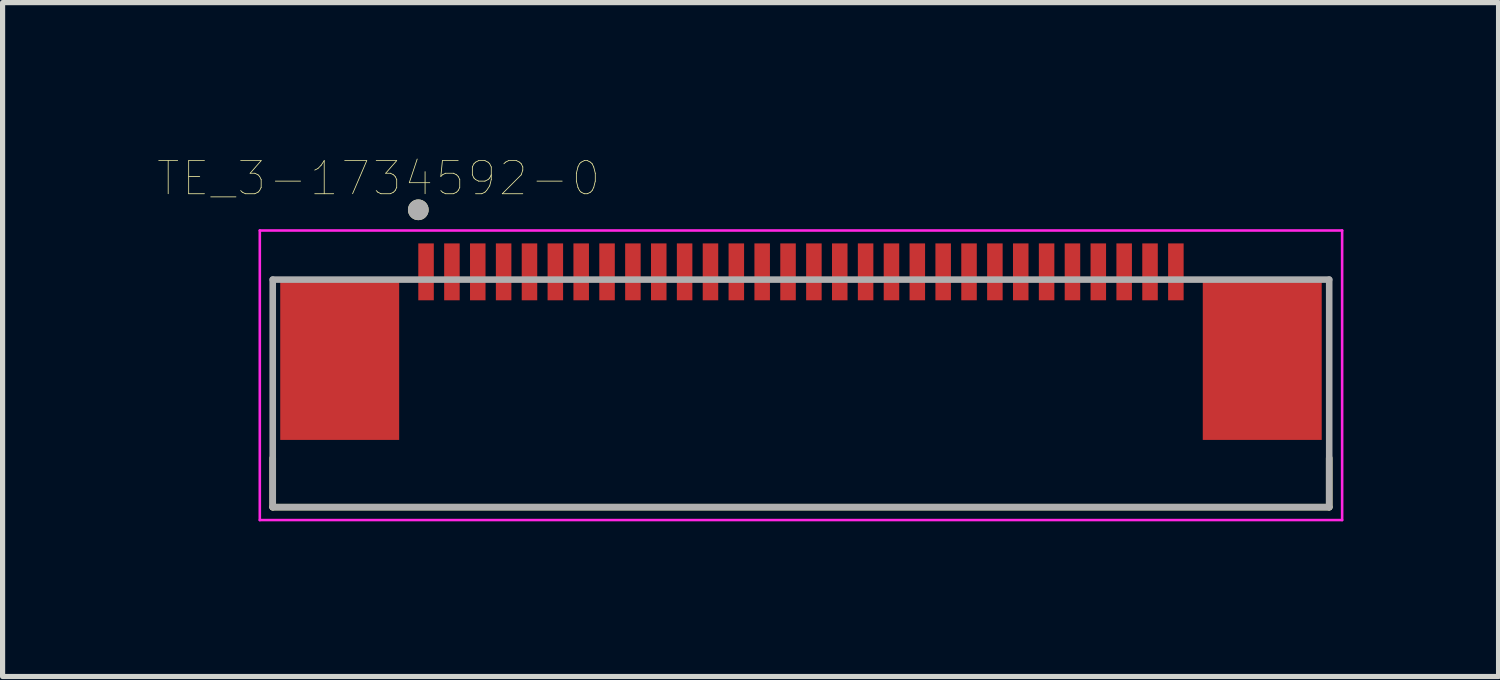
<source format=kicad_pcb>
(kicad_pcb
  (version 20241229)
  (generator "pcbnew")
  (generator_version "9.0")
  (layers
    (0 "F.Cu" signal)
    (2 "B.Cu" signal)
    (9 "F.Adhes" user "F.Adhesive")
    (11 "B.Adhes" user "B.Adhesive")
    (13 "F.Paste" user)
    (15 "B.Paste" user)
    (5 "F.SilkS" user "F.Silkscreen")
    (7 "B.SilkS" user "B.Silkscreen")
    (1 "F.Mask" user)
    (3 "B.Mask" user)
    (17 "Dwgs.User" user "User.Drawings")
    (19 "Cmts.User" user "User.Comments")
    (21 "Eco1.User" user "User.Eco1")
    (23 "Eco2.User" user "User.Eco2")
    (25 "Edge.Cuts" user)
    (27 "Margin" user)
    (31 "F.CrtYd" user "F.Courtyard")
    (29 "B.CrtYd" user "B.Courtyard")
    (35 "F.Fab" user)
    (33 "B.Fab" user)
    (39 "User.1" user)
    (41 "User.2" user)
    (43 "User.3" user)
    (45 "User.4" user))
  (footprint "TE_3-1734592-0"
    (layer "F.Cu")
    (at 12.439 2.207)
    (property "Reference" "TE_3-1734592-0" (at -8.168 -1.806 0) (layer "F.SilkS") (effects (font (size 0.64 0.64) (thickness 0.015))))
    (attr through_hole)
    (fp_line (start -10.215 4.55) (end -10.215 3.6) (stroke (width 0.127) (type solid)) (layer "F.SilkS"))
    (fp_line (start -10.215 4.55) (end 10.215 4.55) (stroke (width 0.127) (type solid)) (layer "F.SilkS"))
    (fp_line (start 10.215 4.55) (end 10.215 3.6) (stroke (width 0.127) (type solid)) (layer "F.SilkS"))
    (fp_circle (center -7.4 -1.2) (end -7.3 -1.2) (stroke (width 0.2) (type solid)) (fill no) (layer "F.SilkS"))
    (fp_line (start -10.465 -0.8) (end -10.465 4.8) (stroke (width 0.05) (type solid)) (layer "F.CrtYd"))
    (fp_line (start -10.465 4.8) (end 10.465 4.8) (stroke (width 0.05) (type solid)) (layer "F.CrtYd"))
    (fp_line (start 10.465 -0.8) (end -10.465 -0.8) (stroke (width 0.05) (type solid)) (layer "F.CrtYd"))
    (fp_line (start 10.465 4.8) (end 10.465 -0.8) (stroke (width 0.05) (type solid)) (layer "F.CrtYd"))
    (fp_line (start -10.215 0.15) (end -10.215 4.55) (stroke (width 0.127) (type solid)) (layer "F.Fab"))
    (fp_line (start -10.215 4.55) (end 10.215 4.55) (stroke (width 0.127) (type solid)) (layer "F.Fab"))
    (fp_line (start 10.215 0.15) (end -10.215 0.15) (stroke (width 0.127) (type solid)) (layer "F.Fab"))
    (fp_line (start 10.215 4.55) (end 10.215 0.15) (stroke (width 0.127) (type solid)) (layer "F.Fab"))
    (fp_circle (center -7.4 -1.2) (end -7.3 -1.2) (stroke (width 0.2) (type solid)) (fill no) (layer "F.Fab"))
    (pad "1" smd rect (at -7.25 0) (size 0.3 1.1) (layers "F.Cu" "F.Mask" "F.Paste"))
    (pad "2" smd rect (at -6.75 0) (size 0.3 1.1) (layers "F.Cu" "F.Mask" "F.Paste"))
    (pad "3" smd rect (at -6.25 0) (size 0.3 1.1) (layers "F.Cu" "F.Mask" "F.Paste"))
    (pad "4" smd rect (at -5.75 0) (size 0.3 1.1) (layers "F.Cu" "F.Mask" "F.Paste"))
    (pad "5" smd rect (at -5.25 0) (size 0.3 1.1) (layers "F.Cu" "F.Mask" "F.Paste"))
    (pad "6" smd rect (at -4.75 0) (size 0.3 1.1) (layers "F.Cu" "F.Mask" "F.Paste"))
    (pad "7" smd rect (at -4.25 0) (size 0.3 1.1) (layers "F.Cu" "F.Mask" "F.Paste"))
    (pad "8" smd rect (at -3.75 0) (size 0.3 1.1) (layers "F.Cu" "F.Mask" "F.Paste"))
    (pad "9" smd rect (at -3.25 0) (size 0.3 1.1) (layers "F.Cu" "F.Mask" "F.Paste"))
    (pad "10" smd rect (at -2.75 0) (size 0.3 1.1) (layers "F.Cu" "F.Mask" "F.Paste"))
    (pad "11" smd rect (at -2.25 0) (size 0.3 1.1) (layers "F.Cu" "F.Mask" "F.Paste"))
    (pad "12" smd rect (at -1.75 0) (size 0.3 1.1) (layers "F.Cu" "F.Mask" "F.Paste"))
    (pad "13" smd rect (at -1.25 0) (size 0.3 1.1) (layers "F.Cu" "F.Mask" "F.Paste"))
    (pad "14" smd rect (at -0.75 0) (size 0.3 1.1) (layers "F.Cu" "F.Mask" "F.Paste"))
    (pad "15" smd rect (at -0.25 0) (size 0.3 1.1) (layers "F.Cu" "F.Mask" "F.Paste"))
    (pad "16" smd rect (at 0.25 0) (size 0.3 1.1) (layers "F.Cu" "F.Mask" "F.Paste"))
    (pad "17" smd rect (at 0.75 0) (size 0.3 1.1) (layers "F.Cu" "F.Mask" "F.Paste"))
    (pad "18" smd rect (at 1.25 0) (size 0.3 1.1) (layers "F.Cu" "F.Mask" "F.Paste"))
    (pad "19" smd rect (at 1.75 0) (size 0.3 1.1) (layers "F.Cu" "F.Mask" "F.Paste"))
    (pad "20" smd rect (at 2.25 0) (size 0.3 1.1) (layers "F.Cu" "F.Mask" "F.Paste"))
    (pad "21" smd rect (at 2.75 0) (size 0.3 1.1) (layers "F.Cu" "F.Mask" "F.Paste"))
    (pad "22" smd rect (at 3.25 0) (size 0.3 1.1) (layers "F.Cu" "F.Mask" "F.Paste"))
    (pad "23" smd rect (at 3.75 0) (size 0.3 1.1) (layers "F.Cu" "F.Mask" "F.Paste"))
    (pad "24" smd rect (at 4.25 0) (size 0.3 1.1) (layers "F.Cu" "F.Mask" "F.Paste"))
    (pad "25" smd rect (at 4.75 0) (size 0.3 1.1) (layers "F.Cu" "F.Mask" "F.Paste"))
    (pad "26" smd rect (at 5.25 0) (size 0.3 1.1) (layers "F.Cu" "F.Mask" "F.Paste"))
    (pad "27" smd rect (at 5.75 0) (size 0.3 1.1) (layers "F.Cu" "F.Mask" "F.Paste"))
    (pad "28" smd rect (at 6.25 0) (size 0.3 1.1) (layers "F.Cu" "F.Mask" "F.Paste"))
    (pad "29" smd rect (at 6.75 0) (size 0.3 1.1) (layers "F.Cu" "F.Mask" "F.Paste"))
    (pad "30" smd rect (at 7.25 0) (size 0.3 1.1) (layers "F.Cu" "F.Mask" "F.Paste"))
    (pad "S1" smd rect (at -8.92 1.7) (size 2.3 3.1) (layers "F.Cu" "F.Mask" "F.Paste"))
    (pad "S2" smd rect (at 8.92 1.7) (size 2.3 3.1) (layers "F.Cu" "F.Mask" "F.Paste")))
  (gr_rect
    (start -3 -3)
    (end 25.929 10.032)
    (stroke (width 0.1) (type default))
    (fill no)
    (layer "Edge.Cuts")))
</source>
